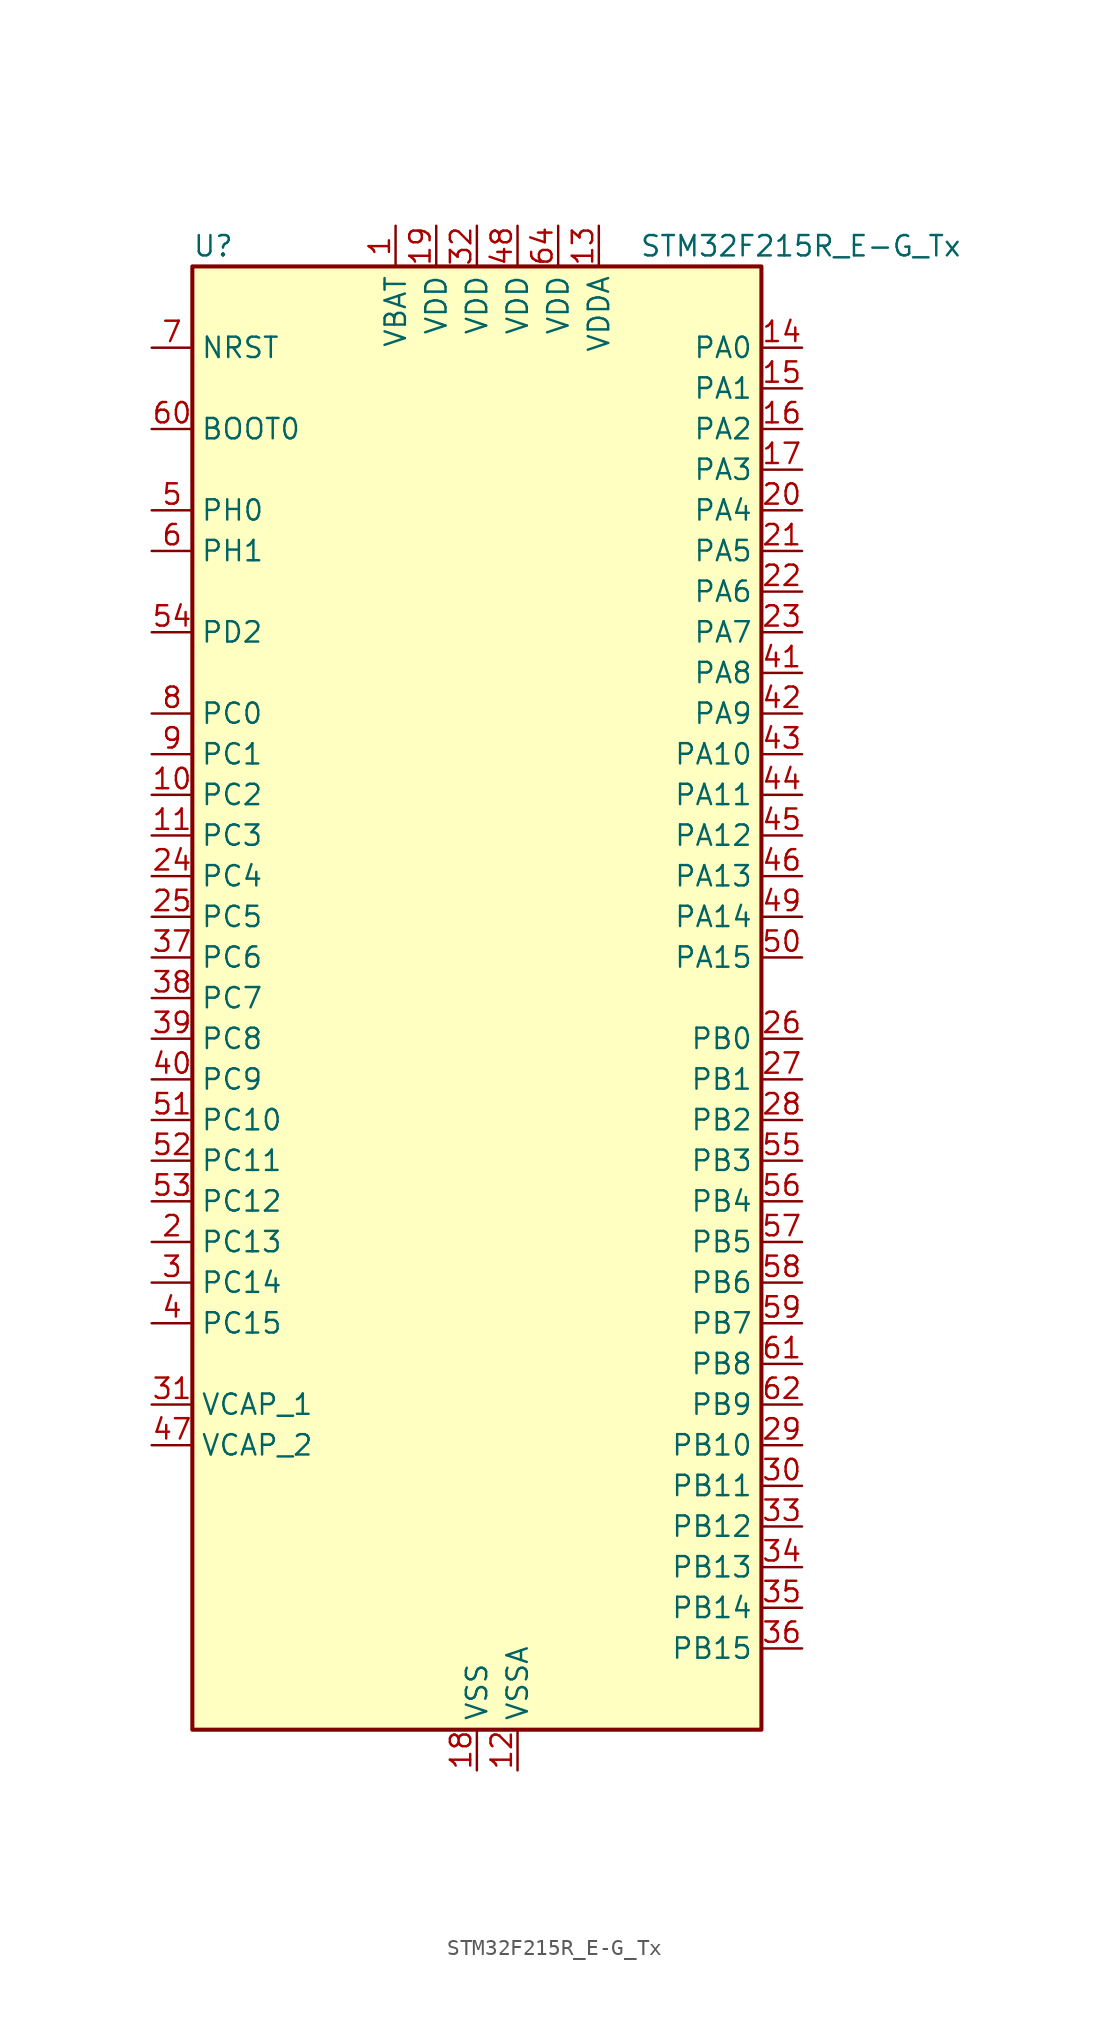
<source format=kicad_sym>
(kicad_symbol_lib
  (version 20241209)
  (generator "kicad_symbol_editor")
  (generator_version "9.0")
  (symbol "STM32F215R_E-G_Tx"
    (property "Reference" "U"
      (at -17.78 46.99 0)
      (effects (font (size 1.27 1.27)) (justify left)))
    (property "Value" "STM32F215R_E-G_Tx"
      (at 10.16 46.99 0)
      (effects (font (size 1.27 1.27)) (justify left)))
    (symbol "STM32F215R_E-G_Tx_0_1"
      (rectangle (start -17.78 -45.72) (end 17.78 45.72) (stroke (width 0.254) (type default)) (fill (type background))))
    (symbol "STM32F215R_E-G_Tx_1_1"
      (pin input line (at -20.32 40.64 0) (length 2.54) (name "NRST" (effects (font (size 1.27 1.27)))) (number "7" (effects (font (size 1.27 1.27)))))
      (pin input line (at -20.32 35.56 0) (length 2.54) (name "BOOT0" (effects (font (size 1.27 1.27)))) (number "60" (effects (font (size 1.27 1.27)))))
      (pin bidirectional line (at -20.32 30.48 0) (length 2.54) (name "PH0" (effects (font (size 1.27 1.27)))) (number "5" (effects (font (size 1.27 1.27)))) (alternate "RCC_OSC_IN" bidirectional line))
      (pin bidirectional line (at -20.32 27.94 0) (length 2.54) (name "PH1" (effects (font (size 1.27 1.27)))) (number "6" (effects (font (size 1.27 1.27)))) (alternate "RCC_OSC_OUT" bidirectional line))
      (pin bidirectional line (at -20.32 22.86 0) (length 2.54) (name "PD2" (effects (font (size 1.27 1.27)))) (number "54" (effects (font (size 1.27 1.27)))) (alternate "SDIO_CMD" bidirectional line) (alternate "TIM3_ETR" bidirectional line) (alternate "UART5_RX" bidirectional line))
      (pin bidirectional line (at -20.32 17.78 0) (length 2.54) (name "PC0" (effects (font (size 1.27 1.27)))) (number "8" (effects (font (size 1.27 1.27)))) (alternate "ADC1_IN10" bidirectional line) (alternate "ADC2_IN10" bidirectional line) (alternate "ADC3_IN10" bidirectional line) (alternate "USB_OTG_HS_ULPI_STP" bidirectional line))
      (pin bidirectional line (at -20.32 15.24 0) (length 2.54) (name "PC1" (effects (font (size 1.27 1.27)))) (number "9" (effects (font (size 1.27 1.27)))) (alternate "ADC1_IN11" bidirectional line) (alternate "ADC2_IN11" bidirectional line) (alternate "ADC3_IN11" bidirectional line))
      (pin bidirectional line (at -20.32 12.7 0) (length 2.54) (name "PC2" (effects (font (size 1.27 1.27)))) (number "10" (effects (font (size 1.27 1.27)))) (alternate "ADC1_IN12" bidirectional line) (alternate "ADC2_IN12" bidirectional line) (alternate "ADC3_IN12" bidirectional line) (alternate "SPI2_MISO" bidirectional line) (alternate "USB_OTG_HS_ULPI_DIR" bidirectional line))
      (pin bidirectional line (at -20.32 10.16 0) (length 2.54) (name "PC3" (effects (font (size 1.27 1.27)))) (number "11" (effects (font (size 1.27 1.27)))) (alternate "ADC1_IN13" bidirectional line) (alternate "ADC2_IN13" bidirectional line) (alternate "ADC3_IN13" bidirectional line) (alternate "I2S2_SD" bidirectional line) (alternate "SPI2_MOSI" bidirectional line) (alternate "USB_OTG_HS_ULPI_NXT" bidirectional line))
      (pin bidirectional line (at -20.32 7.62 0) (length 2.54) (name "PC4" (effects (font (size 1.27 1.27)))) (number "24" (effects (font (size 1.27 1.27)))) (alternate "ADC1_IN14" bidirectional line) (alternate "ADC2_IN14" bidirectional line))
      (pin bidirectional line (at -20.32 5.08 0) (length 2.54) (name "PC5" (effects (font (size 1.27 1.27)))) (number "25" (effects (font (size 1.27 1.27)))) (alternate "ADC1_IN15" bidirectional line) (alternate "ADC2_IN15" bidirectional line))
      (pin bidirectional line (at -20.32 2.54 0) (length 2.54) (name "PC6" (effects (font (size 1.27 1.27)))) (number "37" (effects (font (size 1.27 1.27)))) (alternate "I2S2_MCK" bidirectional line) (alternate "SDIO_D6" bidirectional line) (alternate "TIM3_CH1" bidirectional line) (alternate "TIM8_CH1" bidirectional line) (alternate "USART6_TX" bidirectional line))
      (pin bidirectional line (at -20.32 0 0) (length 2.54) (name "PC7" (effects (font (size 1.27 1.27)))) (number "38" (effects (font (size 1.27 1.27)))) (alternate "I2S3_MCK" bidirectional line) (alternate "SDIO_D7" bidirectional line) (alternate "TIM3_CH2" bidirectional line) (alternate "TIM8_CH2" bidirectional line) (alternate "USART6_RX" bidirectional line))
      (pin bidirectional line (at -20.32 -2.54 0) (length 2.54) (name "PC8" (effects (font (size 1.27 1.27)))) (number "39" (effects (font (size 1.27 1.27)))) (alternate "SDIO_D0" bidirectional line) (alternate "TIM3_CH3" bidirectional line) (alternate "TIM8_CH3" bidirectional line) (alternate "USART6_CK" bidirectional line))
      (pin bidirectional line (at -20.32 -5.08 0) (length 2.54) (name "PC9" (effects (font (size 1.27 1.27)))) (number "40" (effects (font (size 1.27 1.27)))) (alternate "DAC_EXTI9" bidirectional line) (alternate "I2C3_SDA" bidirectional line) (alternate "I2S_CKIN" bidirectional line) (alternate "RCC_MCO_2" bidirectional line) (alternate "SDIO_D1" bidirectional line) (alternate "TIM3_CH4" bidirectional line) (alternate "TIM8_CH4" bidirectional line))
      (pin bidirectional line (at -20.32 -7.62 0) (length 2.54) (name "PC10" (effects (font (size 1.27 1.27)))) (number "51" (effects (font (size 1.27 1.27)))) (alternate "I2S3_SCK" bidirectional line) (alternate "SDIO_D2" bidirectional line) (alternate "SPI3_SCK" bidirectional line) (alternate "UART4_TX" bidirectional line) (alternate "USART3_TX" bidirectional line))
      (pin bidirectional line (at -20.32 -10.16 0) (length 2.54) (name "PC11" (effects (font (size 1.27 1.27)))) (number "52" (effects (font (size 1.27 1.27)))) (alternate "ADC1_EXTI11" bidirectional line) (alternate "ADC2_EXTI11" bidirectional line) (alternate "ADC3_EXTI11" bidirectional line) (alternate "SDIO_D3" bidirectional line) (alternate "SPI3_MISO" bidirectional line) (alternate "UART4_RX" bidirectional line) (alternate "USART3_RX" bidirectional line))
      (pin bidirectional line (at -20.32 -12.7 0) (length 2.54) (name "PC12" (effects (font (size 1.27 1.27)))) (number "53" (effects (font (size 1.27 1.27)))) (alternate "I2S3_SD" bidirectional line) (alternate "SDIO_CK" bidirectional line) (alternate "SPI3_MOSI" bidirectional line) (alternate "UART5_TX" bidirectional line) (alternate "USART3_CK" bidirectional line))
      (pin bidirectional line (at -20.32 -15.24 0) (length 2.54) (name "PC13" (effects (font (size 1.27 1.27)))) (number "2" (effects (font (size 1.27 1.27)))) (alternate "RTC_AF1" bidirectional line))
      (pin bidirectional line (at -20.32 -17.78 0) (length 2.54) (name "PC14" (effects (font (size 1.27 1.27)))) (number "3" (effects (font (size 1.27 1.27)))) (alternate "RCC_OSC32_IN" bidirectional line))
      (pin bidirectional line (at -20.32 -20.32 0) (length 2.54) (name "PC15" (effects (font (size 1.27 1.27)))) (number "4" (effects (font (size 1.27 1.27)))) (alternate "ADC1_EXTI15" bidirectional line) (alternate "ADC2_EXTI15" bidirectional line) (alternate "ADC3_EXTI15" bidirectional line) (alternate "RCC_OSC32_OUT" bidirectional line))
      (pin power_out line (at -20.32 -25.4 0) (length 2.54) (name "VCAP_1" (effects (font (size 1.27 1.27)))) (number "31" (effects (font (size 1.27 1.27)))))
      (pin power_out line (at -20.32 -27.94 0) (length 2.54) (name "VCAP_2" (effects (font (size 1.27 1.27)))) (number "47" (effects (font (size 1.27 1.27)))))
      (pin power_in line (at -5.08 48.26 270) (length 2.54) (name "VBAT" (effects (font (size 1.27 1.27)))) (number "1" (effects (font (size 1.27 1.27)))))
      (pin power_in line (at -2.54 48.26 270) (length 2.54) (name "VDD" (effects (font (size 1.27 1.27)))) (number "19" (effects (font (size 1.27 1.27)))))
      (pin power_in line (at 0 48.26 270) (length 2.54) (name "VDD" (effects (font (size 1.27 1.27)))) (number "32" (effects (font (size 1.27 1.27)))))
      (pin power_in line (at 0 -48.26 90) (length 2.54) (name "VSS" (effects (font (size 1.27 1.27)))) (number "18" (effects (font (size 1.27 1.27)))))
      (pin passive line (at 0 -48.26 90) (length 2.54) (hide yes) (name "VSS" (effects (font (size 1.27 1.27)))) (number "63" (effects (font (size 1.27 1.27)))))
      (pin power_in line (at 2.54 48.26 270) (length 2.54) (name "VDD" (effects (font (size 1.27 1.27)))) (number "48" (effects (font (size 1.27 1.27)))))
      (pin power_in line (at 2.54 -48.26 90) (length 2.54) (name "VSSA" (effects (font (size 1.27 1.27)))) (number "12" (effects (font (size 1.27 1.27)))))
      (pin power_in line (at 5.08 48.26 270) (length 2.54) (name "VDD" (effects (font (size 1.27 1.27)))) (number "64" (effects (font (size 1.27 1.27)))))
      (pin power_in line (at 7.62 48.26 270) (length 2.54) (name "VDDA" (effects (font (size 1.27 1.27)))) (number "13" (effects (font (size 1.27 1.27)))))
      (pin bidirectional line (at 20.32 40.64 180) (length 2.54) (name "PA0" (effects (font (size 1.27 1.27)))) (number "14" (effects (font (size 1.27 1.27)))) (alternate "ADC1_IN0" bidirectional line) (alternate "ADC2_IN0" bidirectional line) (alternate "ADC3_IN0" bidirectional line) (alternate "SYS_WKUP" bidirectional line) (alternate "TIM2_CH1" bidirectional line) (alternate "TIM2_ETR" bidirectional line) (alternate "TIM5_CH1" bidirectional line) (alternate "TIM8_ETR" bidirectional line) (alternate "UART4_TX" bidirectional line) (alternate "USART2_CTS" bidirectional line))
      (pin bidirectional line (at 20.32 38.1 180) (length 2.54) (name "PA1" (effects (font (size 1.27 1.27)))) (number "15" (effects (font (size 1.27 1.27)))) (alternate "ADC1_IN1" bidirectional line) (alternate "ADC2_IN1" bidirectional line) (alternate "ADC3_IN1" bidirectional line) (alternate "TIM2_CH2" bidirectional line) (alternate "TIM5_CH2" bidirectional line) (alternate "UART4_RX" bidirectional line) (alternate "USART2_RTS" bidirectional line))
      (pin bidirectional line (at 20.32 35.56 180) (length 2.54) (name "PA2" (effects (font (size 1.27 1.27)))) (number "16" (effects (font (size 1.27 1.27)))) (alternate "ADC1_IN2" bidirectional line) (alternate "ADC2_IN2" bidirectional line) (alternate "ADC3_IN2" bidirectional line) (alternate "TIM2_CH3" bidirectional line) (alternate "TIM5_CH3" bidirectional line) (alternate "TIM9_CH1" bidirectional line) (alternate "USART2_TX" bidirectional line))
      (pin bidirectional line (at 20.32 33.02 180) (length 2.54) (name "PA3" (effects (font (size 1.27 1.27)))) (number "17" (effects (font (size 1.27 1.27)))) (alternate "ADC1_IN3" bidirectional line) (alternate "ADC2_IN3" bidirectional line) (alternate "ADC3_IN3" bidirectional line) (alternate "TIM2_CH4" bidirectional line) (alternate "TIM5_CH4" bidirectional line) (alternate "TIM9_CH2" bidirectional line) (alternate "USART2_RX" bidirectional line) (alternate "USB_OTG_HS_ULPI_D0" bidirectional line))
      (pin bidirectional line (at 20.32 30.48 180) (length 2.54) (name "PA4" (effects (font (size 1.27 1.27)))) (number "20" (effects (font (size 1.27 1.27)))) (alternate "ADC1_IN4" bidirectional line) (alternate "ADC2_IN4" bidirectional line) (alternate "DAC_OUT1" bidirectional line) (alternate "I2S3_WS" bidirectional line) (alternate "SPI1_NSS" bidirectional line) (alternate "SPI3_NSS" bidirectional line) (alternate "USART2_CK" bidirectional line) (alternate "USB_OTG_HS_SOF" bidirectional line))
      (pin bidirectional line (at 20.32 27.94 180) (length 2.54) (name "PA5" (effects (font (size 1.27 1.27)))) (number "21" (effects (font (size 1.27 1.27)))) (alternate "ADC1_IN5" bidirectional line) (alternate "ADC2_IN5" bidirectional line) (alternate "DAC_OUT2" bidirectional line) (alternate "SPI1_SCK" bidirectional line) (alternate "TIM2_CH1" bidirectional line) (alternate "TIM2_ETR" bidirectional line) (alternate "TIM8_CH1N" bidirectional line) (alternate "USB_OTG_HS_ULPI_CK" bidirectional line))
      (pin bidirectional line (at 20.32 25.4 180) (length 2.54) (name "PA6" (effects (font (size 1.27 1.27)))) (number "22" (effects (font (size 1.27 1.27)))) (alternate "ADC1_IN6" bidirectional line) (alternate "ADC2_IN6" bidirectional line) (alternate "SPI1_MISO" bidirectional line) (alternate "TIM13_CH1" bidirectional line) (alternate "TIM1_BKIN" bidirectional line) (alternate "TIM3_CH1" bidirectional line) (alternate "TIM8_BKIN" bidirectional line))
      (pin bidirectional line (at 20.32 22.86 180) (length 2.54) (name "PA7" (effects (font (size 1.27 1.27)))) (number "23" (effects (font (size 1.27 1.27)))) (alternate "ADC1_IN7" bidirectional line) (alternate "ADC2_IN7" bidirectional line) (alternate "SPI1_MOSI" bidirectional line) (alternate "TIM14_CH1" bidirectional line) (alternate "TIM1_CH1N" bidirectional line) (alternate "TIM3_CH2" bidirectional line) (alternate "TIM8_CH1N" bidirectional line))
      (pin bidirectional line (at 20.32 20.32 180) (length 2.54) (name "PA8" (effects (font (size 1.27 1.27)))) (number "41" (effects (font (size 1.27 1.27)))) (alternate "I2C3_SCL" bidirectional line) (alternate "RCC_MCO_1" bidirectional line) (alternate "TIM1_CH1" bidirectional line) (alternate "USART1_CK" bidirectional line) (alternate "USB_OTG_FS_SOF" bidirectional line))
      (pin bidirectional line (at 20.32 17.78 180) (length 2.54) (name "PA9" (effects (font (size 1.27 1.27)))) (number "42" (effects (font (size 1.27 1.27)))) (alternate "DAC_EXTI9" bidirectional line) (alternate "I2C3_SMBA" bidirectional line) (alternate "TIM1_CH2" bidirectional line) (alternate "USART1_TX" bidirectional line) (alternate "USB_OTG_FS_VBUS" bidirectional line))
      (pin bidirectional line (at 20.32 15.24 180) (length 2.54) (name "PA10" (effects (font (size 1.27 1.27)))) (number "43" (effects (font (size 1.27 1.27)))) (alternate "TIM1_CH3" bidirectional line) (alternate "USART1_RX" bidirectional line) (alternate "USB_OTG_FS_ID" bidirectional line))
      (pin bidirectional line (at 20.32 12.7 180) (length 2.54) (name "PA11" (effects (font (size 1.27 1.27)))) (number "44" (effects (font (size 1.27 1.27)))) (alternate "ADC1_EXTI11" bidirectional line) (alternate "ADC2_EXTI11" bidirectional line) (alternate "ADC3_EXTI11" bidirectional line) (alternate "CAN1_RX" bidirectional line) (alternate "TIM1_CH4" bidirectional line) (alternate "USART1_CTS" bidirectional line) (alternate "USB_OTG_FS_DM" bidirectional line))
      (pin bidirectional line (at 20.32 10.16 180) (length 2.54) (name "PA12" (effects (font (size 1.27 1.27)))) (number "45" (effects (font (size 1.27 1.27)))) (alternate "CAN1_TX" bidirectional line) (alternate "TIM1_ETR" bidirectional line) (alternate "USART1_RTS" bidirectional line) (alternate "USB_OTG_FS_DP" bidirectional line))
      (pin bidirectional line (at 20.32 7.62 180) (length 2.54) (name "PA13" (effects (font (size 1.27 1.27)))) (number "46" (effects (font (size 1.27 1.27)))) (alternate "SYS_JTMS-SWDIO" bidirectional line))
      (pin bidirectional line (at 20.32 5.08 180) (length 2.54) (name "PA14" (effects (font (size 1.27 1.27)))) (number "49" (effects (font (size 1.27 1.27)))) (alternate "SYS_JTCK-SWCLK" bidirectional line))
      (pin bidirectional line (at 20.32 2.54 180) (length 2.54) (name "PA15" (effects (font (size 1.27 1.27)))) (number "50" (effects (font (size 1.27 1.27)))) (alternate "ADC1_EXTI15" bidirectional line) (alternate "ADC2_EXTI15" bidirectional line) (alternate "ADC3_EXTI15" bidirectional line) (alternate "I2S3_WS" bidirectional line) (alternate "SPI1_NSS" bidirectional line) (alternate "SPI3_NSS" bidirectional line) (alternate "SYS_JTDI" bidirectional line) (alternate "TIM2_CH1" bidirectional line) (alternate "TIM2_ETR" bidirectional line))
      (pin bidirectional line (at 20.32 -2.54 180) (length 2.54) (name "PB0" (effects (font (size 1.27 1.27)))) (number "26" (effects (font (size 1.27 1.27)))) (alternate "ADC1_IN8" bidirectional line) (alternate "ADC2_IN8" bidirectional line) (alternate "TIM1_CH2N" bidirectional line) (alternate "TIM3_CH3" bidirectional line) (alternate "TIM8_CH2N" bidirectional line) (alternate "USB_OTG_HS_ULPI_D1" bidirectional line))
      (pin bidirectional line (at 20.32 -5.08 180) (length 2.54) (name "PB1" (effects (font (size 1.27 1.27)))) (number "27" (effects (font (size 1.27 1.27)))) (alternate "ADC1_IN9" bidirectional line) (alternate "ADC2_IN9" bidirectional line) (alternate "TIM1_CH3N" bidirectional line) (alternate "TIM3_CH4" bidirectional line) (alternate "TIM8_CH3N" bidirectional line) (alternate "USB_OTG_HS_ULPI_D2" bidirectional line))
      (pin bidirectional line (at 20.32 -7.62 180) (length 2.54) (name "PB2" (effects (font (size 1.27 1.27)))) (number "28" (effects (font (size 1.27 1.27)))))
      (pin bidirectional line (at 20.32 -10.16 180) (length 2.54) (name "PB3" (effects (font (size 1.27 1.27)))) (number "55" (effects (font (size 1.27 1.27)))) (alternate "I2S3_SCK" bidirectional line) (alternate "SPI1_SCK" bidirectional line) (alternate "SPI3_SCK" bidirectional line) (alternate "SYS_JTDO-SWO" bidirectional line) (alternate "TIM2_CH2" bidirectional line))
      (pin bidirectional line (at 20.32 -12.7 180) (length 2.54) (name "PB4" (effects (font (size 1.27 1.27)))) (number "56" (effects (font (size 1.27 1.27)))) (alternate "SPI1_MISO" bidirectional line) (alternate "SPI3_MISO" bidirectional line) (alternate "SYS_JTRST" bidirectional line) (alternate "TIM3_CH1" bidirectional line))
      (pin bidirectional line (at 20.32 -15.24 180) (length 2.54) (name "PB5" (effects (font (size 1.27 1.27)))) (number "57" (effects (font (size 1.27 1.27)))) (alternate "CAN2_RX" bidirectional line) (alternate "I2C1_SMBA" bidirectional line) (alternate "I2S3_SD" bidirectional line) (alternate "SPI1_MOSI" bidirectional line) (alternate "SPI3_MOSI" bidirectional line) (alternate "TIM3_CH2" bidirectional line) (alternate "USB_OTG_HS_ULPI_D7" bidirectional line))
      (pin bidirectional line (at 20.32 -17.78 180) (length 2.54) (name "PB6" (effects (font (size 1.27 1.27)))) (number "58" (effects (font (size 1.27 1.27)))) (alternate "CAN2_TX" bidirectional line) (alternate "I2C1_SCL" bidirectional line) (alternate "TIM4_CH1" bidirectional line) (alternate "USART1_TX" bidirectional line))
      (pin bidirectional line (at 20.32 -20.32 180) (length 2.54) (name "PB7" (effects (font (size 1.27 1.27)))) (number "59" (effects (font (size 1.27 1.27)))) (alternate "I2C1_SDA" bidirectional line) (alternate "TIM4_CH2" bidirectional line) (alternate "USART1_RX" bidirectional line))
      (pin bidirectional line (at 20.32 -22.86 180) (length 2.54) (name "PB8" (effects (font (size 1.27 1.27)))) (number "61" (effects (font (size 1.27 1.27)))) (alternate "CAN1_RX" bidirectional line) (alternate "I2C1_SCL" bidirectional line) (alternate "SDIO_D4" bidirectional line) (alternate "TIM10_CH1" bidirectional line) (alternate "TIM4_CH3" bidirectional line))
      (pin bidirectional line (at 20.32 -25.4 180) (length 2.54) (name "PB9" (effects (font (size 1.27 1.27)))) (number "62" (effects (font (size 1.27 1.27)))) (alternate "CAN1_TX" bidirectional line) (alternate "DAC_EXTI9" bidirectional line) (alternate "I2C1_SDA" bidirectional line) (alternate "I2S2_WS" bidirectional line) (alternate "SDIO_D5" bidirectional line) (alternate "SPI2_NSS" bidirectional line) (alternate "TIM11_CH1" bidirectional line) (alternate "TIM4_CH4" bidirectional line))
      (pin bidirectional line (at 20.32 -27.94 180) (length 2.54) (name "PB10" (effects (font (size 1.27 1.27)))) (number "29" (effects (font (size 1.27 1.27)))) (alternate "I2C2_SCL" bidirectional line) (alternate "I2S2_SCK" bidirectional line) (alternate "SPI2_SCK" bidirectional line) (alternate "TIM2_CH3" bidirectional line) (alternate "USART3_TX" bidirectional line) (alternate "USB_OTG_HS_ULPI_D3" bidirectional line))
      (pin bidirectional line (at 20.32 -30.48 180) (length 2.54) (name "PB11" (effects (font (size 1.27 1.27)))) (number "30" (effects (font (size 1.27 1.27)))) (alternate "ADC1_EXTI11" bidirectional line) (alternate "ADC2_EXTI11" bidirectional line) (alternate "ADC3_EXTI11" bidirectional line) (alternate "I2C2_SDA" bidirectional line) (alternate "TIM2_CH4" bidirectional line) (alternate "USART3_RX" bidirectional line) (alternate "USB_OTG_HS_ULPI_D4" bidirectional line))
      (pin bidirectional line (at 20.32 -33.02 180) (length 2.54) (name "PB12" (effects (font (size 1.27 1.27)))) (number "33" (effects (font (size 1.27 1.27)))) (alternate "CAN2_RX" bidirectional line) (alternate "I2C2_SMBA" bidirectional line) (alternate "I2S2_WS" bidirectional line) (alternate "SPI2_NSS" bidirectional line) (alternate "TIM1_BKIN" bidirectional line) (alternate "USART3_CK" bidirectional line) (alternate "USB_OTG_HS_ID" bidirectional line) (alternate "USB_OTG_HS_ULPI_D5" bidirectional line))
      (pin bidirectional line (at 20.32 -35.56 180) (length 2.54) (name "PB13" (effects (font (size 1.27 1.27)))) (number "34" (effects (font (size 1.27 1.27)))) (alternate "CAN2_TX" bidirectional line) (alternate "I2S2_SCK" bidirectional line) (alternate "SPI2_SCK" bidirectional line) (alternate "TIM1_CH1N" bidirectional line) (alternate "USART3_CTS" bidirectional line) (alternate "USB_OTG_HS_ULPI_D6" bidirectional line) (alternate "USB_OTG_HS_VBUS" bidirectional line))
      (pin bidirectional line (at 20.32 -38.1 180) (length 2.54) (name "PB14" (effects (font (size 1.27 1.27)))) (number "35" (effects (font (size 1.27 1.27)))) (alternate "SPI2_MISO" bidirectional line) (alternate "TIM12_CH1" bidirectional line) (alternate "TIM1_CH2N" bidirectional line) (alternate "TIM8_CH2N" bidirectional line) (alternate "USART3_RTS" bidirectional line) (alternate "USB_OTG_HS_DM" bidirectional line))
      (pin bidirectional line (at 20.32 -40.64 180) (length 2.54) (name "PB15" (effects (font (size 1.27 1.27)))) (number "36" (effects (font (size 1.27 1.27)))) (alternate "ADC1_EXTI15" bidirectional line) (alternate "ADC2_EXTI15" bidirectional line) (alternate "ADC3_EXTI15" bidirectional line) (alternate "I2S2_SD" bidirectional line) (alternate "RTC_REFIN" bidirectional line) (alternate "SPI2_MOSI" bidirectional line) (alternate "TIM12_CH2" bidirectional line) (alternate "TIM1_CH3N" bidirectional line) (alternate "TIM8_CH3N" bidirectional line) (alternate "USB_OTG_HS_DP" bidirectional line)))))
</source>
